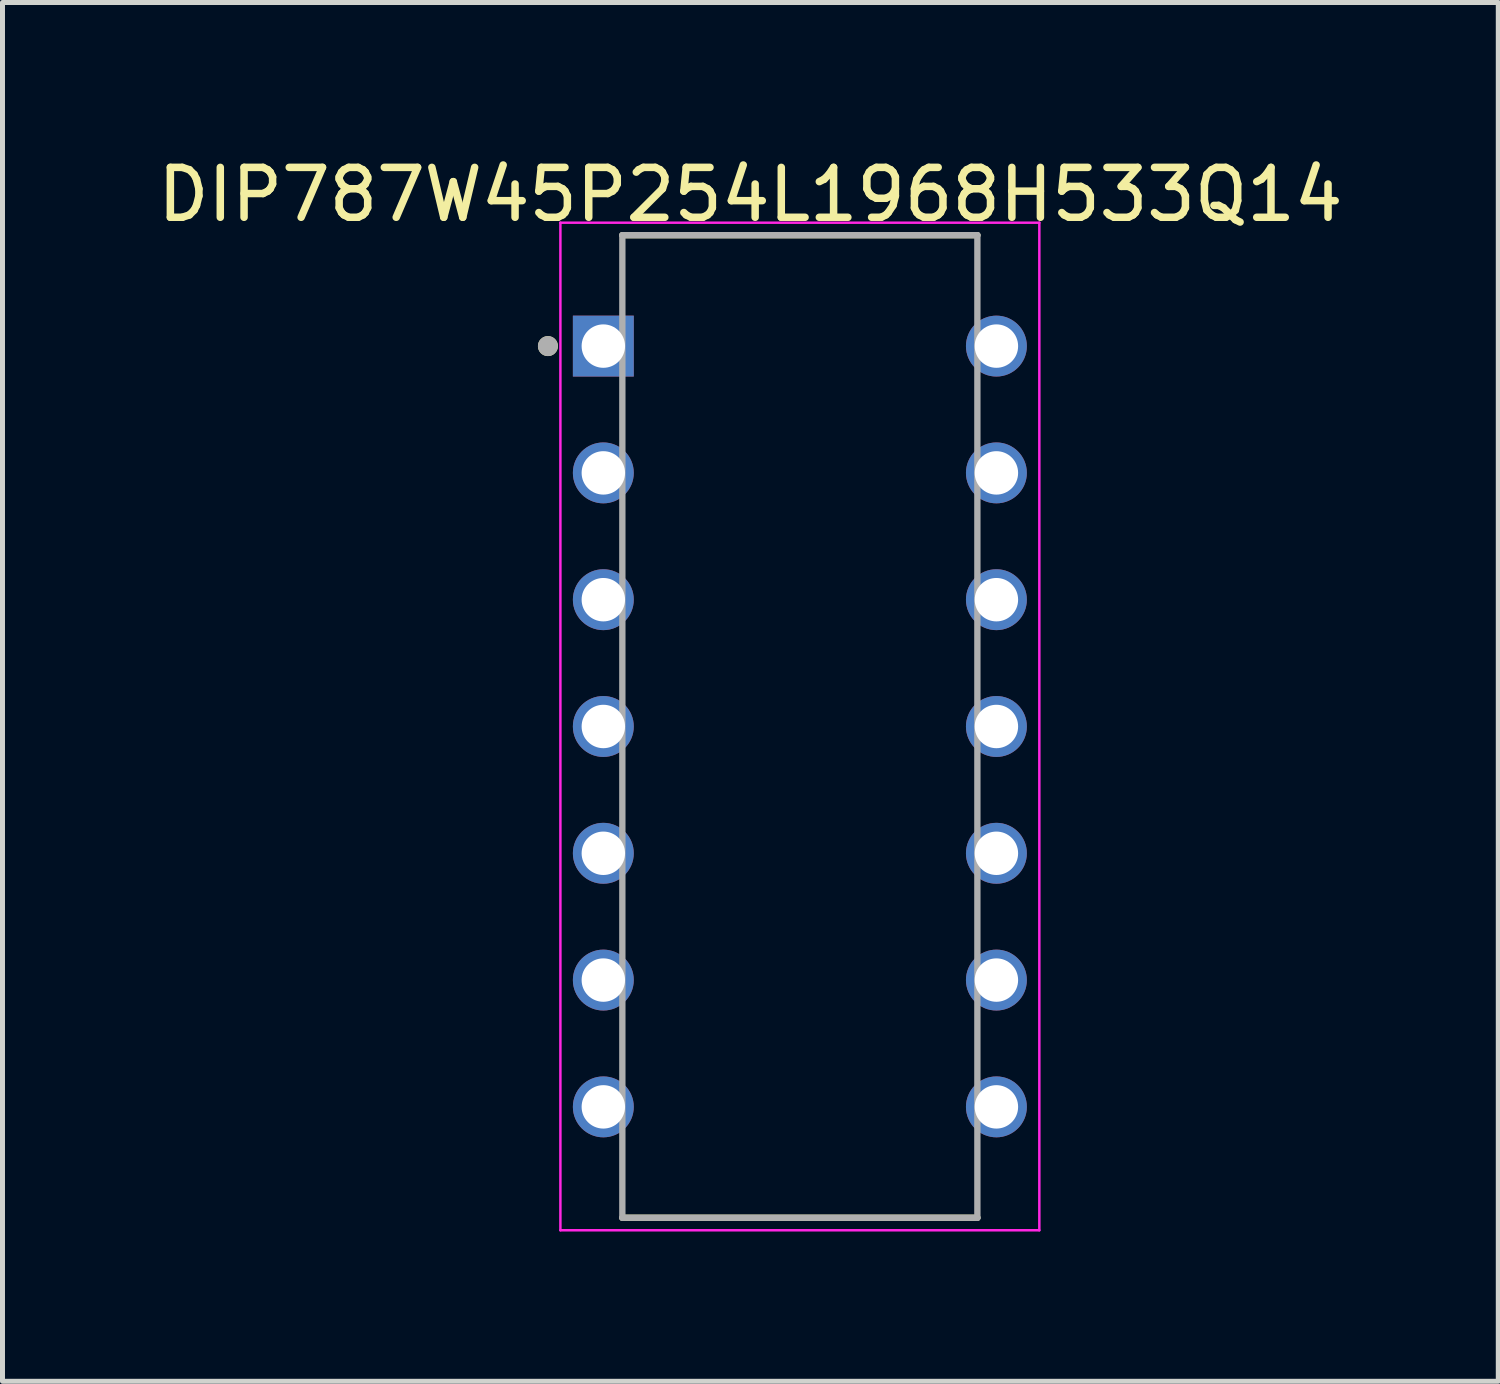
<source format=kicad_pcb>
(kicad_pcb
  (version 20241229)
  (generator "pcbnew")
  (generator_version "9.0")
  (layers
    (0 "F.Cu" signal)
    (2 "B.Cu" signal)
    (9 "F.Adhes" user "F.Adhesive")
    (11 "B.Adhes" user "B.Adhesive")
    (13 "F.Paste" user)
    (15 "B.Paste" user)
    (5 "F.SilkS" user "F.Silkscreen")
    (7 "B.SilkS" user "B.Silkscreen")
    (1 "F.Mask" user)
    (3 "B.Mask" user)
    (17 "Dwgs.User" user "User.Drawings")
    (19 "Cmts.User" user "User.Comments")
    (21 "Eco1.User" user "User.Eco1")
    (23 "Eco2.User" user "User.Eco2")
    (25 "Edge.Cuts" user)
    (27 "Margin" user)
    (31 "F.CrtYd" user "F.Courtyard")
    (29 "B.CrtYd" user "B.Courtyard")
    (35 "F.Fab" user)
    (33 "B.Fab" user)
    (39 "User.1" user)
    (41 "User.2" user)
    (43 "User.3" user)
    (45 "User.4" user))
  (footprint "DIP787W45P254L1968H533Q14"
    (layer "F.Cu")
    (at 12.973 11.503)
    (property "Reference" "DIP787W45P254L1968H533Q14" (at -0.991 -10.655 0) (layer "F.SilkS") (effects (font (size 1 1) (thickness 0.15))))
    (attr through_hole)
    (fp_line (start -3.556 -9.842) (end 3.556 -9.842) (stroke (width 0.127) (type solid)) (layer "F.SilkS"))
    (fp_line (start -3.556 9.842) (end 3.556 9.842) (stroke (width 0.127) (type solid)) (layer "F.SilkS"))
    (fp_circle (center -5.047 -7.62) (end -4.947 -7.62) (stroke (width 0.2) (type solid)) (fill no) (layer "F.SilkS"))
    (fp_line (start -4.797 -10.092) (end -4.797 10.092) (stroke (width 0.05) (type solid)) (layer "F.CrtYd"))
    (fp_line (start 4.797 -10.092) (end -4.797 -10.092) (stroke (width 0.05) (type solid)) (layer "F.CrtYd"))
    (fp_line (start 4.797 -10.092) (end 4.797 10.092) (stroke (width 0.05) (type solid)) (layer "F.CrtYd"))
    (fp_line (start 4.797 10.092) (end -4.797 10.092) (stroke (width 0.05) (type solid)) (layer "F.CrtYd"))
    (fp_line (start -3.556 -9.842) (end -3.556 9.842) (stroke (width 0.127) (type solid)) (layer "F.Fab"))
    (fp_line (start -3.556 -9.842) (end 3.556 -9.842) (stroke (width 0.127) (type solid)) (layer "F.Fab"))
    (fp_line (start -3.556 9.842) (end 3.556 9.842) (stroke (width 0.127) (type solid)) (layer "F.Fab"))
    (fp_line (start 3.556 -9.842) (end 3.556 9.842) (stroke (width 0.127) (type solid)) (layer "F.Fab"))
    (fp_circle (center -5.047 -7.62) (end -4.947 -7.62) (stroke (width 0.2) (type solid)) (fill no) (layer "F.Fab"))
    (pad "1" thru_hole rect (at -3.937 -7.62) (size 1.22 1.22) (drill 0.87) (layers "*.Cu" "*.Mask"))
    (pad "2" thru_hole circle (at -3.937 -5.08) (size 1.22 1.22) (drill 0.87) (layers "*.Cu" "*.Mask"))
    (pad "3" thru_hole circle (at -3.937 -2.54) (size 1.22 1.22) (drill 0.87) (layers "*.Cu" "*.Mask"))
    (pad "4" thru_hole circle (at -3.937 0) (size 1.22 1.22) (drill 0.87) (layers "*.Cu" "*.Mask"))
    (pad "5" thru_hole circle (at -3.937 2.54) (size 1.22 1.22) (drill 0.87) (layers "*.Cu" "*.Mask"))
    (pad "6" thru_hole circle (at -3.937 5.08) (size 1.22 1.22) (drill 0.87) (layers "*.Cu" "*.Mask"))
    (pad "7" thru_hole circle (at -3.937 7.62) (size 1.22 1.22) (drill 0.87) (layers "*.Cu" "*.Mask"))
    (pad "8" thru_hole circle (at 3.937 7.62) (size 1.22 1.22) (drill 0.87) (layers "*.Cu" "*.Mask"))
    (pad "9" thru_hole circle (at 3.937 5.08) (size 1.22 1.22) (drill 0.87) (layers "*.Cu" "*.Mask"))
    (pad "10" thru_hole circle (at 3.937 2.54) (size 1.22 1.22) (drill 0.87) (layers "*.Cu" "*.Mask"))
    (pad "11" thru_hole circle (at 3.937 0) (size 1.22 1.22) (drill 0.87) (layers "*.Cu" "*.Mask"))
    (pad "12" thru_hole circle (at 3.937 -2.54) (size 1.22 1.22) (drill 0.87) (layers "*.Cu" "*.Mask"))
    (pad "13" thru_hole circle (at 3.937 -5.08) (size 1.22 1.22) (drill 0.87) (layers "*.Cu" "*.Mask"))
    (pad "14" thru_hole circle (at 3.937 -7.62) (size 1.22 1.22) (drill 0.87) (layers "*.Cu" "*.Mask")))
  (gr_rect
    (start -3 -3)
    (end 26.964 24.62)
    (stroke (width 0.1) (type default))
    (fill no)
    (layer "Edge.Cuts")))
</source>
